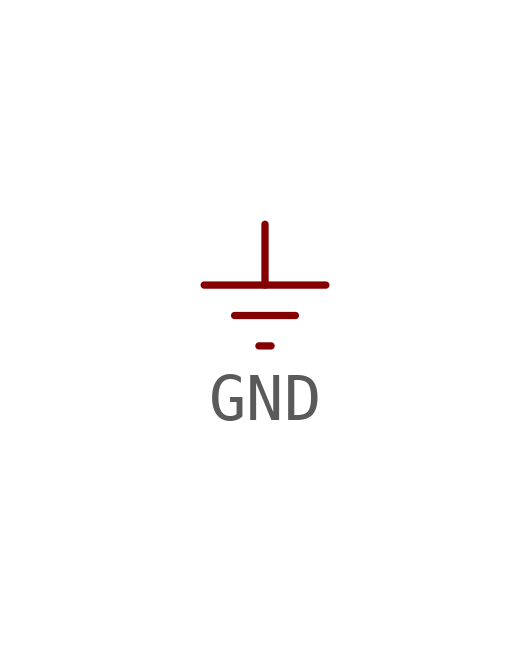
<source format=kicad_sym>
(kicad_symbol_lib
  (version 20211014)
  (generator kicad_symbol_editor)
  (symbol "GND"
    (power)
    (pin_names
      (offset 0))
    (property "Reference" "#PWR"
      (at 0 -6.35 0)
      (effects (font (size 1.27 1.27)) hide))
    (symbol "GND_0_1"
      (polyline (pts (xy -0.635 -1.905) (xy 0.635 -1.905)) (stroke (width 0) (type default) (color 0 0 0 0)) (fill (type none)))
      (polyline (pts (xy -0.127 -2.54) (xy 0.127 -2.54)) (stroke (width 0) (type default) (color 0 0 0 0)) (fill (type none)))
      (polyline (pts (xy 0 -1.27) (xy 0 0)) (stroke (width 0) (type default) (color 0 0 0 0)) (fill (type none)))
      (polyline (pts (xy 1.27 -1.27) (xy -1.27 -1.27)) (stroke (width 0) (type default) (color 0 0 0 0)) (fill (type none))))
    (symbol "GND_1_1"
      (pin power_in line (at 0 0 270) (length 0) hide (name "Earth" (effects (font (size 1.27 1.27)))) (number "1" (effects (font (size 1.27 1.27))))))))
</source>
